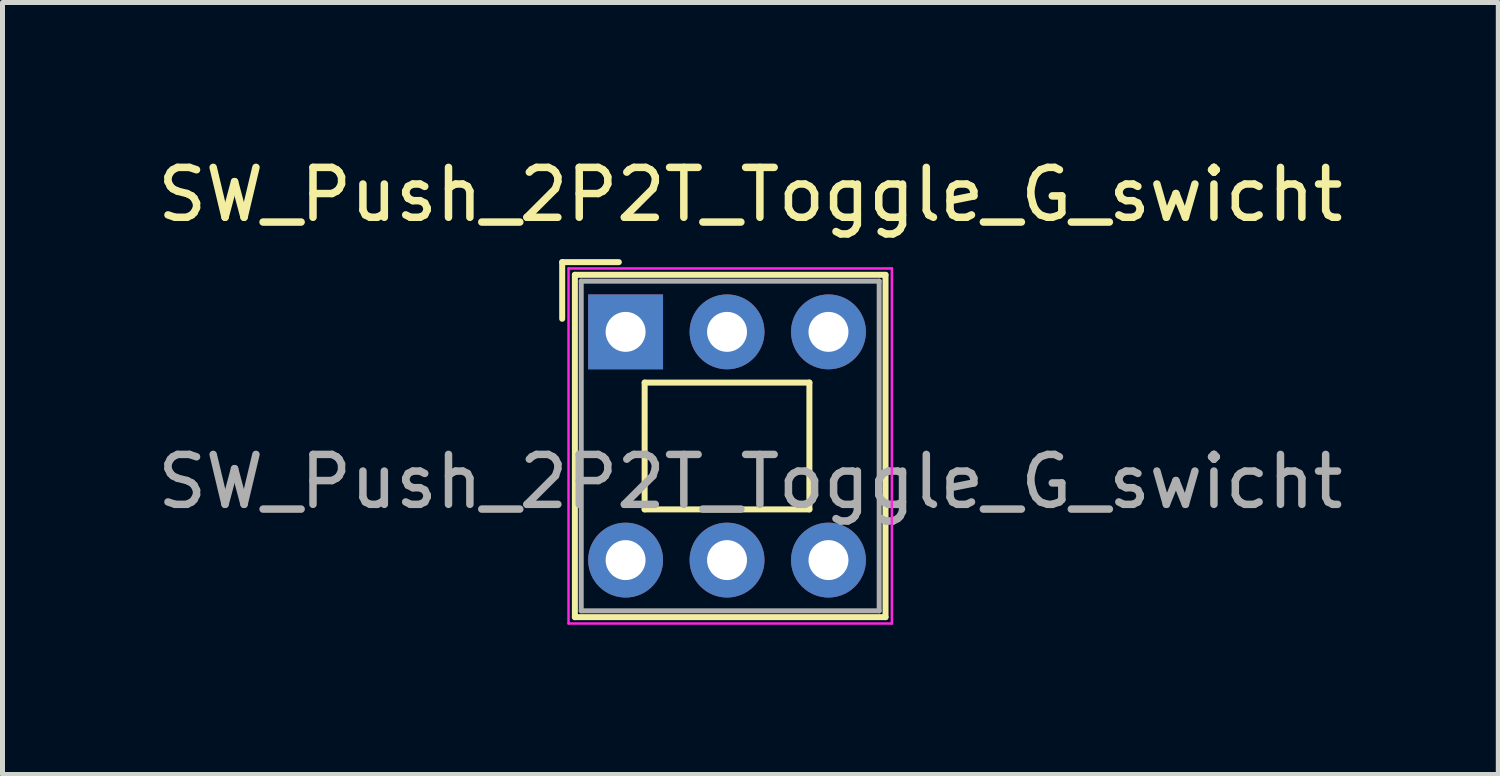
<source format=kicad_pcb>
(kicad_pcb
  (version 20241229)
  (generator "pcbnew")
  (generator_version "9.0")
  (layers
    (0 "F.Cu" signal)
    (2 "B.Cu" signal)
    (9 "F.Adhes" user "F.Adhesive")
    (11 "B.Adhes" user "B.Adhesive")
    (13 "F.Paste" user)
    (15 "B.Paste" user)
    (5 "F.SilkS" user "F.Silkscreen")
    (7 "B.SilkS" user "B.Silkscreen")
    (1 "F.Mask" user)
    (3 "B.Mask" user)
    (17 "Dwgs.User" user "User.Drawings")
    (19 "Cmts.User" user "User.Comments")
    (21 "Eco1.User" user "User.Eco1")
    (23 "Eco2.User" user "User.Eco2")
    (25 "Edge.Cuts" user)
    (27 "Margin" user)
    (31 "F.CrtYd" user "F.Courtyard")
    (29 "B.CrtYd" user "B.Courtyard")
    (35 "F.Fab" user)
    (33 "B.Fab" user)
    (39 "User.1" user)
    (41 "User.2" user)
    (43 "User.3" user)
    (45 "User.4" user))
  (footprint "SW_Push_2P2T_Toggle_G_swicht"
    (layer "F.Cu")
    (at 9.482 3.598)
    (property "Reference" "SW_Push_2P2T_Toggle_G_swicht" (at 2.5 -2.75 0) (layer "F.SilkS") (effects (font (size 1 1) (thickness 0.15))))
    (attr through_hole)
    (fp_line (start -1.27 -0.262) (end -1.27 -1.397) (stroke (width 0.12) (type solid)) (layer "F.SilkS"))
    (fp_line (start -1.016 5.715) (end -1.016 -1.143) (stroke (width 0.12) (type solid)) (layer "F.SilkS"))
    (fp_line (start -0.135 -1.397) (end -1.27 -1.397) (stroke (width 0.12) (type solid)) (layer "F.SilkS"))
    (fp_line (start 0.382 1.016) (end 0.381 3.556) (stroke (width 0.12) (type solid)) (layer "F.SilkS"))
    (fp_line (start 3.682 1.016) (end 0.382 1.016) (stroke (width 0.12) (type solid)) (layer "F.SilkS"))
    (fp_line (start 3.682 1.016) (end 3.682 3.556) (stroke (width 0.12) (type solid)) (layer "F.SilkS"))
    (fp_line (start 3.682 3.556) (end 0.382 3.556) (stroke (width 0.12) (type solid)) (layer "F.SilkS"))
    (fp_line (start 5.207 -1.143) (end -1.016 -1.143) (stroke (width 0.12) (type solid)) (layer "F.SilkS"))
    (fp_line (start 5.207 5.715) (end -1.016 5.715) (stroke (width 0.12) (type solid)) (layer "F.SilkS"))
    (fp_line (start 5.207 5.715) (end 5.207 -1.143) (stroke (width 0.12) (type solid)) (layer "F.SilkS"))
    (fp_line (start -1.143 -1.27) (end 5.334 -1.27) (stroke (width 0.05) (type solid)) (layer "F.CrtYd"))
    (fp_line (start -1.143 5.842) (end -1.143 -1.27) (stroke (width 0.05) (type solid)) (layer "F.CrtYd"))
    (fp_line (start -1.143 5.842) (end 5.334 5.842) (stroke (width 0.05) (type solid)) (layer "F.CrtYd"))
    (fp_line (start 5.334 -1.27) (end 5.334 5.842) (stroke (width 0.05) (type solid)) (layer "F.CrtYd"))
    (fp_line (start -0.889 -1.016) (end 5.08 -1.016) (stroke (width 0.1) (type solid)) (layer "F.Fab"))
    (fp_line (start -0.889 5.588) (end -0.889 -1.016) (stroke (width 0.1) (type solid)) (layer "F.Fab"))
    (fp_line (start 5.08 -1.016) (end 5.08 5.588) (stroke (width 0.1) (type solid)) (layer "F.Fab"))
    (fp_line (start 5.08 5.588) (end -0.889 5.588) (stroke (width 0.1) (type solid)) (layer "F.Fab"))
    (fp_text user "${REFERENCE}" (at 2.5 3 0) (layer "F.Fab") (effects (font (size 1 1) (thickness 0.15))))
    (pad "1" thru_hole rect (at 0 0) (size 1.5 1.5) (drill 0.8) (layers "*.Cu" "*.Mask"))
    (pad "2" thru_hole circle (at 2.032 0) (size 1.5 1.5) (drill 0.8) (layers "*.Cu" "*.Mask"))
    (pad "3" thru_hole circle (at 4.064 0) (size 1.5 1.5) (drill 0.8) (layers "*.Cu" "*.Mask"))
    (pad "4" thru_hole circle (at 0 4.572) (size 1.5 1.5) (drill 0.8) (layers "*.Cu" "*.Mask"))
    (pad "5" thru_hole circle (at 2.032 4.572) (size 1.5 1.5) (drill 0.8) (layers "*.Cu" "*.Mask"))
    (pad "6" thru_hole circle (at 4.064 4.572) (size 1.5 1.5) (drill 0.8) (layers "*.Cu" "*.Mask")))
  (gr_rect
    (start -3 -3)
    (end 26.964 12.465)
    (stroke (width 0.1) (type default))
    (fill no)
    (layer "Edge.Cuts")))
</source>
